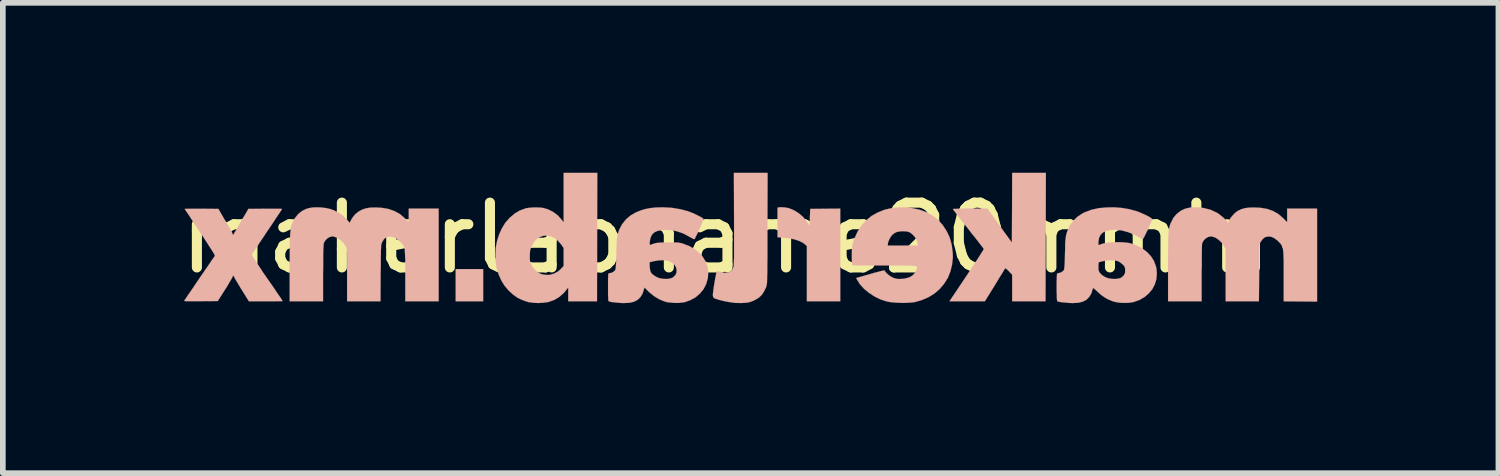
<source format=kicad_pcb>
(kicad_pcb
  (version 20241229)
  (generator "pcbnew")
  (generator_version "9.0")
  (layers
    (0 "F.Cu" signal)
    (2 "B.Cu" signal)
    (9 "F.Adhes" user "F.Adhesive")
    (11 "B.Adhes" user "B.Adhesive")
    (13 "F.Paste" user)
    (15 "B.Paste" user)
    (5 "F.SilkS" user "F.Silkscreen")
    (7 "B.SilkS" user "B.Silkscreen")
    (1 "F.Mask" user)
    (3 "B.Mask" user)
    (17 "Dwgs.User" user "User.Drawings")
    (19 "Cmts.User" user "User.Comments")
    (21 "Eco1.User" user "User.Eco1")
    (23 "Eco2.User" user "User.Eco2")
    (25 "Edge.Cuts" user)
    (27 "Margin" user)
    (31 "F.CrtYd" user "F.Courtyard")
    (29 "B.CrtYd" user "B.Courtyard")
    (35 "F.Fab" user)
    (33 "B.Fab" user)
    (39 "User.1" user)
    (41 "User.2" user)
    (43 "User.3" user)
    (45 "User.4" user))
  (footprint "makerlabname20mmInv"
    (layer "F.Cu")
    (at 10.194 1.149)
    (property "Reference" "makerlabname20mmInv" (at 0 0 0) (layer "F.SilkS") (effects (font (size 1.143 1.143) (thickness 0.178))))
    (attr through_hole)
    (fp_poly (pts (xy -5.204 1.118) (xy -4.961 1.118) (xy -4.719 1.118) (xy -4.719 0.833) (xy -4.719 0.549) (xy -4.961 0.549) (xy -5.204 0.549) (xy -5.204 0.833) (xy -5.204 1.118)) (stroke (width 0.003) (type solid)) (fill yes) (layer "B.SilkS"))
    (fp_poly (pts (xy 0.475 -0.013) (xy 0.572 -0.005) (xy 0.678 0.005) (xy 0.775 0.025) (xy 0.859 0.053) (xy 0.925 0.086) (xy 0.965 0.117) (xy 0.993 0.145) (xy 0.993 0.63) (xy 0.993 1.118) (xy 1.288 1.118) (xy 1.582 1.118) (xy 1.582 0.3) (xy 1.582 -0.518) (xy 1.316 -0.516) (xy 1.052 -0.513) (xy 1.046 -0.363) (xy 1.044 -0.213) (xy 0.998 -0.279) (xy 0.932 -0.366) (xy 0.853 -0.434) (xy 0.767 -0.488) (xy 0.676 -0.526) (xy 0.615 -0.538) (xy 0.572 -0.541) (xy 0.533 -0.544) (xy 0.508 -0.541) (xy 0.475 -0.536) (xy 0.475 -0.274) (xy 0.475 -0.013)) (stroke (width 0.003) (type solid)) (fill yes) (layer "B.SilkS"))
    (fp_poly (pts (xy 3.508 1.118) (xy 3.82 1.118) (xy 4.133 1.118) (xy 4.308 0.836) (xy 4.351 0.765) (xy 4.389 0.701) (xy 4.425 0.645) (xy 4.453 0.599) (xy 4.473 0.564) (xy 4.486 0.544) (xy 4.488 0.541) (xy 4.498 0.536) (xy 4.514 0.546) (xy 4.542 0.572) (xy 4.557 0.587) (xy 4.615 0.648) (xy 4.615 0.881) (xy 4.615 1.118) (xy 4.91 1.118) (xy 5.204 1.118) (xy 5.207 -0.015) (xy 5.21 -1.148) (xy 4.912 -1.148) (xy 4.615 -1.148) (xy 4.613 -0.533) (xy 4.61 0.081) (xy 4.394 -0.218) (xy 4.178 -0.518) (xy 3.873 -0.518) (xy 3.797 -0.518) (xy 3.729 -0.516) (xy 3.668 -0.516) (xy 3.619 -0.513) (xy 3.586 -0.513) (xy 3.571 -0.511) (xy 3.569 -0.511) (xy 3.576 -0.5) (xy 3.594 -0.475) (xy 3.622 -0.439) (xy 3.658 -0.391) (xy 3.703 -0.335) (xy 3.754 -0.269) (xy 3.81 -0.198) (xy 3.84 -0.16) (xy 3.896 -0.086) (xy 3.952 -0.018) (xy 4 0.043) (xy 4.041 0.097) (xy 4.074 0.14) (xy 4.1 0.173) (xy 4.112 0.191) (xy 4.115 0.193) (xy 4.11 0.203) (xy 4.094 0.231) (xy 4.069 0.269) (xy 4.036 0.323) (xy 3.995 0.386) (xy 3.95 0.457) (xy 3.896 0.536) (xy 3.84 0.622) (xy 3.815 0.66) (xy 3.508 1.118)) (stroke (width 0.003) (type solid)) (fill yes) (layer "B.SilkS"))
    (fp_poly (pts (xy -0.665 1.021) (xy -0.66 1.041) (xy -0.648 1.057) (xy -0.63 1.069) (xy -0.602 1.077) (xy -0.564 1.09) (xy -0.556 1.092) (xy -0.465 1.115) (xy -0.366 1.133) (xy -0.264 1.146) (xy -0.168 1.148) (xy -0.084 1.143) (xy -0.043 1.138) (xy 0.01 1.123) (xy 0.071 1.097) (xy 0.124 1.067) (xy 0.15 1.049) (xy 0.198 1.003) (xy 0.239 0.94) (xy 0.272 0.871) (xy 0.277 0.861) (xy 0.279 0.851) (xy 0.282 0.838) (xy 0.284 0.826) (xy 0.287 0.808) (xy 0.29 0.782) (xy 0.29 0.754) (xy 0.292 0.716) (xy 0.292 0.668) (xy 0.295 0.612) (xy 0.295 0.541) (xy 0.295 0.46) (xy 0.297 0.363) (xy 0.297 0.249) (xy 0.297 0.122) (xy 0.297 -0.028) (xy 0.297 -0.168) (xy 0.3 -1.148) (xy 0.003 -1.148) (xy -0.295 -1.148) (xy -0.292 -0.34) (xy -0.292 -0.163) (xy -0.292 -0.008) (xy -0.292 0.13) (xy -0.292 0.244) (xy -0.292 0.338) (xy -0.295 0.411) (xy -0.297 0.465) (xy -0.3 0.498) (xy -0.3 0.508) (xy -0.323 0.559) (xy -0.358 0.594) (xy -0.404 0.612) (xy -0.462 0.615) (xy -0.511 0.605) (xy -0.546 0.594) (xy -0.574 0.589) (xy -0.589 0.587) (xy -0.594 0.589) (xy -0.602 0.602) (xy -0.607 0.627) (xy -0.615 0.665) (xy -0.625 0.719) (xy -0.638 0.792) (xy -0.64 0.81) (xy -0.653 0.886) (xy -0.66 0.945) (xy -0.665 0.988) (xy -0.665 1.021)) (stroke (width 0.003) (type solid)) (fill yes) (layer "B.SilkS"))
    (fp_poly (pts (xy -4.503 0.312) (xy -4.498 0.406) (xy -4.481 0.528) (xy -4.445 0.645) (xy -4.399 0.749) (xy -4.346 0.836) (xy -4.277 0.919) (xy -4.201 0.991) (xy -4.117 1.052) (xy -4.077 1.072) (xy -4.026 1.095) (xy -3.973 1.115) (xy -3.924 1.13) (xy -3.914 1.133) (xy -3.896 1.135) (xy -3.896 0.315) (xy -3.894 0.267) (xy -3.891 0.229) (xy -3.886 0.201) (xy -3.876 0.173) (xy -3.863 0.145) (xy -3.833 0.086) (xy -3.8 0.043) (xy -3.764 0.01) (xy -3.726 -0.013) (xy -3.66 -0.038) (xy -3.592 -0.043) (xy -3.526 -0.03) (xy -3.459 0) (xy -3.399 0.048) (xy -3.345 0.112) (xy -3.34 0.117) (xy -3.299 0.178) (xy -3.299 0.335) (xy -3.299 0.493) (xy -3.343 0.541) (xy -3.399 0.592) (xy -3.465 0.627) (xy -3.533 0.648) (xy -3.574 0.653) (xy -3.619 0.65) (xy -3.668 0.643) (xy -3.691 0.638) (xy -3.749 0.61) (xy -3.802 0.566) (xy -3.848 0.511) (xy -3.866 0.478) (xy -3.881 0.447) (xy -3.889 0.422) (xy -3.894 0.391) (xy -3.896 0.351) (xy -3.896 0.315) (xy -3.896 1.135) (xy -3.835 1.143) (xy -3.749 1.148) (xy -3.663 1.143) (xy -3.584 1.133) (xy -3.561 1.128) (xy -3.462 1.092) (xy -3.373 1.039) (xy -3.294 0.968) (xy -3.246 0.909) (xy -3.218 0.874) (xy -3.218 0.996) (xy -3.218 1.118) (xy -2.964 1.118) (xy -2.71 1.118) (xy -2.708 -0.015) (xy -2.705 -1.148) (xy -3.002 -1.148) (xy -3.299 -1.148) (xy -3.299 -0.711) (xy -3.299 -0.277) (xy -3.343 -0.333) (xy -3.404 -0.401) (xy -3.48 -0.457) (xy -3.569 -0.503) (xy -3.65 -0.528) (xy -3.703 -0.536) (xy -3.767 -0.538) (xy -3.835 -0.538) (xy -3.901 -0.533) (xy -3.957 -0.526) (xy -3.967 -0.523) (xy -4.072 -0.485) (xy -4.166 -0.429) (xy -4.249 -0.358) (xy -4.326 -0.272) (xy -4.387 -0.173) (xy -4.437 -0.064) (xy -4.475 0.056) (xy -4.498 0.18) (xy -4.503 0.312)) (stroke (width 0.003) (type solid)) (fill yes) (layer "B.SilkS"))
    (fp_poly (pts (xy 7.366 1.118) (xy 7.661 1.118) (xy 7.958 1.118) (xy 7.958 0.622) (xy 7.958 0.49) (xy 7.958 0.376) (xy 7.958 0.284) (xy 7.96 0.208) (xy 7.963 0.152) (xy 7.965 0.114) (xy 7.968 0.094) (xy 7.968 0.091) (xy 7.993 0.046) (xy 8.029 0.008) (xy 8.075 -0.018) (xy 8.12 -0.028) (xy 8.146 -0.025) (xy 8.204 -0.005) (xy 8.26 0.033) (xy 8.311 0.081) (xy 8.352 0.137) (xy 8.357 0.147) (xy 8.382 0.196) (xy 8.382 0.655) (xy 8.382 1.118) (xy 8.674 1.118) (xy 8.969 1.118) (xy 8.974 0.617) (xy 8.976 0.119) (xy 8.999 0.069) (xy 9.035 0.02) (xy 9.075 -0.013) (xy 9.126 -0.025) (xy 9.18 -0.023) (xy 9.235 0) (xy 9.291 0.041) (xy 9.304 0.053) (xy 9.327 0.076) (xy 9.347 0.097) (xy 9.362 0.114) (xy 9.375 0.135) (xy 9.385 0.16) (xy 9.393 0.188) (xy 9.398 0.226) (xy 9.401 0.272) (xy 9.403 0.328) (xy 9.406 0.399) (xy 9.406 0.485) (xy 9.406 0.589) (xy 9.406 0.66) (xy 9.406 1.118) (xy 9.7 1.12) (xy 9.995 1.123) (xy 9.995 0.302) (xy 9.995 -0.518) (xy 9.731 -0.518) (xy 9.467 -0.518) (xy 9.467 -0.399) (xy 9.467 -0.279) (xy 9.395 -0.351) (xy 9.314 -0.422) (xy 9.22 -0.475) (xy 9.114 -0.513) (xy 8.994 -0.533) (xy 8.882 -0.538) (xy 8.796 -0.536) (xy 8.722 -0.526) (xy 8.659 -0.508) (xy 8.6 -0.48) (xy 8.57 -0.46) (xy 8.539 -0.434) (xy 8.509 -0.401) (xy 8.479 -0.366) (xy 8.453 -0.33) (xy 8.438 -0.3) (xy 8.433 -0.284) (xy 8.428 -0.272) (xy 8.423 -0.269) (xy 8.412 -0.277) (xy 8.412 -0.279) (xy 8.405 -0.295) (xy 8.385 -0.318) (xy 8.354 -0.348) (xy 8.319 -0.378) (xy 8.28 -0.409) (xy 8.247 -0.434) (xy 8.225 -0.447) (xy 8.115 -0.498) (xy 7.998 -0.528) (xy 7.877 -0.541) (xy 7.762 -0.538) (xy 7.671 -0.518) (xy 7.59 -0.48) (xy 7.518 -0.424) (xy 7.46 -0.356) (xy 7.435 -0.307) (xy 7.422 -0.279) (xy 7.409 -0.254) (xy 7.399 -0.226) (xy 7.391 -0.198) (xy 7.384 -0.165) (xy 7.379 -0.124) (xy 7.376 -0.079) (xy 7.371 -0.025) (xy 7.371 0.041) (xy 7.369 0.122) (xy 7.369 0.213) (xy 7.366 0.325) (xy 7.366 0.452) (xy 7.366 0.523) (xy 7.366 1.118)) (stroke (width 0.003) (type solid)) (fill yes) (layer "B.SilkS"))
    (fp_poly (pts (xy -9.995 1.11) (xy -9.985 1.113) (xy -9.957 1.115) (xy -9.914 1.115) (xy -9.858 1.115) (xy -9.789 1.115) (xy -9.716 1.115) (xy -9.698 1.115) (xy -9.401 1.113) (xy -9.284 0.927) (xy -9.246 0.869) (xy -9.213 0.813) (xy -9.185 0.765) (xy -9.162 0.726) (xy -9.149 0.704) (xy -9.147 0.699) (xy -9.129 0.658) (xy -9.103 0.706) (xy -9.091 0.729) (xy -9.068 0.767) (xy -9.04 0.813) (xy -9.007 0.869) (xy -8.971 0.927) (xy -8.966 0.935) (xy -8.852 1.118) (xy -8.555 1.118) (xy -8.479 1.118) (xy -8.41 1.118) (xy -8.349 1.115) (xy -8.303 1.115) (xy -8.27 1.115) (xy -8.258 1.113) (xy -8.263 1.105) (xy -8.278 1.079) (xy -8.303 1.041) (xy -8.339 0.991) (xy -8.379 0.93) (xy -8.425 0.861) (xy -8.479 0.785) (xy -8.532 0.709) (xy -8.603 0.607) (xy -8.661 0.518) (xy -8.712 0.442) (xy -8.75 0.381) (xy -8.778 0.335) (xy -8.796 0.307) (xy -8.801 0.292) (xy -8.793 0.282) (xy -8.776 0.254) (xy -8.75 0.213) (xy -8.715 0.163) (xy -8.674 0.099) (xy -8.626 0.028) (xy -8.575 -0.048) (xy -8.532 -0.114) (xy -8.476 -0.196) (xy -8.425 -0.272) (xy -8.382 -0.338) (xy -8.341 -0.399) (xy -8.308 -0.447) (xy -8.285 -0.483) (xy -8.27 -0.505) (xy -8.268 -0.513) (xy -8.278 -0.513) (xy -8.306 -0.516) (xy -8.349 -0.516) (xy -8.405 -0.516) (xy -8.471 -0.516) (xy -8.547 -0.516) (xy -8.565 -0.516) (xy -8.862 -0.513) (xy -8.91 -0.429) (xy -8.933 -0.391) (xy -8.964 -0.34) (xy -8.997 -0.282) (xy -9.032 -0.221) (xy -9.045 -0.198) (xy -9.131 -0.051) (xy -9.147 -0.089) (xy -9.159 -0.112) (xy -9.177 -0.145) (xy -9.202 -0.193) (xy -9.235 -0.246) (xy -9.268 -0.305) (xy -9.279 -0.32) (xy -9.39 -0.513) (xy -9.688 -0.516) (xy -9.764 -0.516) (xy -9.832 -0.516) (xy -9.891 -0.516) (xy -9.939 -0.516) (xy -9.97 -0.513) (xy -9.985 -0.513) (xy -9.98 -0.503) (xy -9.962 -0.478) (xy -9.936 -0.439) (xy -9.903 -0.389) (xy -9.863 -0.328) (xy -9.817 -0.257) (xy -9.766 -0.18) (xy -9.716 -0.104) (xy -9.655 -0.013) (xy -9.601 0.069) (xy -9.555 0.142) (xy -9.515 0.203) (xy -9.484 0.251) (xy -9.464 0.287) (xy -9.454 0.307) (xy -9.454 0.312) (xy -9.459 0.325) (xy -9.477 0.351) (xy -9.505 0.389) (xy -9.54 0.442) (xy -9.581 0.503) (xy -9.629 0.572) (xy -9.682 0.648) (xy -9.728 0.716) (xy -9.782 0.795) (xy -9.832 0.871) (xy -9.878 0.937) (xy -9.919 0.996) (xy -9.952 1.046) (xy -9.977 1.082) (xy -9.99 1.105) (xy -9.995 1.11)) (stroke (width 0.003) (type solid)) (fill yes) (layer "B.SilkS"))
    (fp_poly (pts (xy 1.786 0.315) (xy 1.786 0.371) (xy 1.788 0.417) (xy 1.791 0.452) (xy 1.793 0.472) (xy 1.793 0.475) (xy 1.801 0.478) (xy 1.819 0.48) (xy 1.852 0.48) (xy 1.895 0.483) (xy 1.956 0.485) (xy 2.032 0.485) (xy 2.123 0.485) (xy 2.235 0.485) (xy 2.367 0.485) (xy 2.37 0.485) (xy 2.421 0.485) (xy 2.421 0.135) (xy 2.421 0.107) (xy 2.428 0.071) (xy 2.446 0.028) (xy 2.469 -0.015) (xy 2.492 -0.046) (xy 2.535 -0.084) (xy 2.583 -0.107) (xy 2.642 -0.117) (xy 2.685 -0.119) (xy 2.733 -0.117) (xy 2.771 -0.112) (xy 2.799 -0.102) (xy 2.812 -0.097) (xy 2.855 -0.064) (xy 2.896 -0.02) (xy 2.926 0.028) (xy 2.946 0.079) (xy 2.949 0.107) (xy 2.949 0.135) (xy 2.685 0.135) (xy 2.421 0.135) (xy 2.421 0.485) (xy 2.494 0.485) (xy 2.601 0.485) (xy 2.687 0.485) (xy 2.761 0.488) (xy 2.817 0.488) (xy 2.86 0.49) (xy 2.893 0.493) (xy 2.916 0.498) (xy 2.931 0.503) (xy 2.939 0.508) (xy 2.939 0.518) (xy 2.936 0.528) (xy 2.934 0.541) (xy 2.929 0.556) (xy 2.926 0.559) (xy 2.898 0.617) (xy 2.855 0.663) (xy 2.797 0.696) (xy 2.723 0.716) (xy 2.67 0.721) (xy 2.619 0.724) (xy 2.581 0.721) (xy 2.545 0.711) (xy 2.52 0.704) (xy 2.479 0.683) (xy 2.438 0.655) (xy 2.403 0.625) (xy 2.377 0.597) (xy 2.367 0.579) (xy 2.362 0.574) (xy 2.352 0.574) (xy 2.332 0.577) (xy 2.299 0.584) (xy 2.253 0.597) (xy 2.192 0.612) (xy 2.113 0.635) (xy 1.864 0.706) (xy 1.877 0.734) (xy 1.93 0.818) (xy 2.002 0.897) (xy 2.088 0.968) (xy 2.184 1.031) (xy 2.286 1.082) (xy 2.395 1.118) (xy 2.454 1.13) (xy 2.525 1.138) (xy 2.606 1.143) (xy 2.692 1.146) (xy 2.771 1.143) (xy 2.845 1.138) (xy 2.891 1.133) (xy 3.018 1.097) (xy 3.137 1.046) (xy 3.244 0.98) (xy 3.335 0.902) (xy 3.414 0.808) (xy 3.48 0.704) (xy 3.526 0.589) (xy 3.556 0.465) (xy 3.569 0.335) (xy 3.566 0.259) (xy 3.548 0.119) (xy 3.513 -0.008) (xy 3.459 -0.122) (xy 3.391 -0.226) (xy 3.31 -0.318) (xy 3.213 -0.394) (xy 3.101 -0.455) (xy 2.979 -0.5) (xy 2.845 -0.528) (xy 2.776 -0.538) (xy 2.629 -0.541) (xy 2.492 -0.528) (xy 2.362 -0.498) (xy 2.243 -0.45) (xy 2.134 -0.389) (xy 2.037 -0.31) (xy 1.956 -0.218) (xy 1.887 -0.112) (xy 1.834 0.005) (xy 1.808 0.084) (xy 1.798 0.124) (xy 1.791 0.165) (xy 1.788 0.208) (xy 1.786 0.264) (xy 1.786 0.315)) (stroke (width 0.003) (type solid)) (fill yes) (layer "B.SilkS"))
    (fp_poly (pts (xy -8.133 1.118) (xy -7.838 1.118) (xy -7.544 1.118) (xy -7.544 0.622) (xy -7.541 0.49) (xy -7.541 0.376) (xy -7.541 0.284) (xy -7.539 0.208) (xy -7.536 0.152) (xy -7.534 0.114) (xy -7.531 0.094) (xy -7.531 0.091) (xy -7.506 0.046) (xy -7.47 0.008) (xy -7.424 -0.018) (xy -7.379 -0.028) (xy -7.353 -0.025) (xy -7.3 -0.005) (xy -7.244 0.03) (xy -7.193 0.076) (xy -7.15 0.132) (xy -7.14 0.15) (xy -7.135 0.16) (xy -7.13 0.17) (xy -7.127 0.185) (xy -7.125 0.203) (xy -7.122 0.229) (xy -7.12 0.262) (xy -7.12 0.305) (xy -7.12 0.361) (xy -7.12 0.432) (xy -7.12 0.521) (xy -7.12 0.625) (xy -7.12 0.653) (xy -7.12 1.118) (xy -6.825 1.118) (xy -6.53 1.118) (xy -6.528 0.617) (xy -6.525 0.503) (xy -6.525 0.409) (xy -6.525 0.33) (xy -6.523 0.264) (xy -6.523 0.216) (xy -6.52 0.175) (xy -6.52 0.145) (xy -6.518 0.124) (xy -6.513 0.107) (xy -6.51 0.094) (xy -6.505 0.081) (xy -6.5 0.071) (xy -6.5 0.069) (xy -6.467 0.018) (xy -6.426 -0.013) (xy -6.378 -0.025) (xy -6.32 -0.02) (xy -6.304 -0.015) (xy -6.264 0) (xy -6.228 0.023) (xy -6.193 0.056) (xy -6.17 0.079) (xy -6.152 0.097) (xy -6.137 0.114) (xy -6.124 0.135) (xy -6.114 0.157) (xy -6.106 0.185) (xy -6.101 0.221) (xy -6.099 0.264) (xy -6.096 0.32) (xy -6.093 0.389) (xy -6.093 0.472) (xy -6.093 0.572) (xy -6.093 0.655) (xy -6.093 1.118) (xy -5.799 1.118) (xy -5.504 1.118) (xy -5.504 0.3) (xy -5.504 -0.518) (xy -5.768 -0.518) (xy -6.032 -0.518) (xy -6.032 -0.399) (xy -6.032 -0.279) (xy -6.104 -0.351) (xy -6.187 -0.422) (xy -6.284 -0.475) (xy -6.393 -0.513) (xy -6.513 -0.533) (xy -6.612 -0.538) (xy -6.708 -0.536) (xy -6.787 -0.523) (xy -6.855 -0.5) (xy -6.916 -0.467) (xy -6.972 -0.422) (xy -6.98 -0.414) (xy -7.01 -0.378) (xy -7.036 -0.34) (xy -7.048 -0.32) (xy -7.061 -0.292) (xy -7.074 -0.274) (xy -7.076 -0.269) (xy -7.084 -0.277) (xy -7.099 -0.297) (xy -7.107 -0.307) (xy -7.15 -0.356) (xy -7.209 -0.406) (xy -7.28 -0.45) (xy -7.353 -0.488) (xy -7.422 -0.513) (xy -7.493 -0.528) (xy -7.572 -0.538) (xy -7.656 -0.541) (xy -7.732 -0.538) (xy -7.737 -0.538) (xy -7.828 -0.518) (xy -7.91 -0.48) (xy -7.981 -0.424) (xy -8.039 -0.353) (xy -8.065 -0.307) (xy -8.077 -0.279) (xy -8.09 -0.254) (xy -8.1 -0.226) (xy -8.108 -0.198) (xy -8.113 -0.165) (xy -8.118 -0.124) (xy -8.123 -0.079) (xy -8.125 -0.023) (xy -8.128 0.043) (xy -8.131 0.124) (xy -8.131 0.218) (xy -8.131 0.33) (xy -8.133 0.46) (xy -8.133 0.526) (xy -8.133 1.118)) (stroke (width 0.003) (type solid)) (fill yes) (layer "B.SilkS"))
    (fp_poly (pts (xy -2.515 0.869) (xy -2.515 0.947) (xy -2.515 1.006) (xy -2.512 1.052) (xy -2.512 1.082) (xy -2.51 1.102) (xy -2.504 1.113) (xy -2.499 1.12) (xy -2.497 1.12) (xy -2.464 1.128) (xy -2.416 1.135) (xy -2.36 1.14) (xy -2.301 1.146) (xy -2.248 1.148) (xy -2.228 1.148) (xy -2.134 1.143) (xy -2.057 1.125) (xy -1.994 1.092) (xy -1.946 1.046) (xy -1.908 0.986) (xy -1.885 0.914) (xy -1.872 0.874) (xy -1.793 0.953) (xy -1.781 0.963) (xy -1.781 0.498) (xy -1.781 0.427) (xy -1.704 0.409) (xy -1.628 0.396) (xy -1.554 0.391) (xy -1.488 0.396) (xy -1.438 0.409) (xy -1.384 0.437) (xy -1.344 0.472) (xy -1.316 0.516) (xy -1.306 0.564) (xy -1.308 0.61) (xy -1.326 0.653) (xy -1.361 0.688) (xy -1.384 0.704) (xy -1.427 0.716) (xy -1.481 0.724) (xy -1.542 0.721) (xy -1.6 0.711) (xy -1.61 0.709) (xy -1.661 0.688) (xy -1.709 0.658) (xy -1.748 0.625) (xy -1.763 0.599) (xy -1.773 0.569) (xy -1.778 0.523) (xy -1.781 0.498) (xy -1.781 0.963) (xy -1.707 1.024) (xy -1.618 1.079) (xy -1.524 1.118) (xy -1.473 1.133) (xy -1.407 1.14) (xy -1.336 1.146) (xy -1.265 1.146) (xy -1.201 1.138) (xy -1.163 1.133) (xy -1.062 1.097) (xy -0.97 1.046) (xy -0.894 0.98) (xy -0.831 0.904) (xy -0.785 0.815) (xy -0.757 0.719) (xy -0.754 0.706) (xy -0.747 0.605) (xy -0.759 0.511) (xy -0.792 0.419) (xy -0.841 0.338) (xy -0.907 0.262) (xy -0.988 0.196) (xy -1.085 0.142) (xy -1.189 0.102) (xy -1.222 0.091) (xy -1.25 0.086) (xy -1.28 0.081) (xy -1.318 0.079) (xy -1.369 0.079) (xy -1.435 0.079) (xy -1.448 0.079) (xy -1.524 0.079) (xy -1.582 0.081) (xy -1.631 0.084) (xy -1.674 0.091) (xy -1.712 0.102) (xy -1.755 0.117) (xy -1.765 0.122) (xy -1.775 0.122) (xy -1.778 0.114) (xy -1.781 0.097) (xy -1.778 0.058) (xy -1.765 -0.008) (xy -1.74 -0.058) (xy -1.699 -0.099) (xy -1.643 -0.124) (xy -1.572 -0.14) (xy -1.529 -0.142) (xy -1.415 -0.14) (xy -1.303 -0.119) (xy -1.191 -0.081) (xy -1.077 -0.02) (xy -1.069 -0.015) (xy -1.031 0.005) (xy -1.008 0.018) (xy -0.993 0.02) (xy -0.986 0.015) (xy -0.983 0.013) (xy -0.968 -0.023) (xy -0.945 -0.066) (xy -0.922 -0.114) (xy -0.899 -0.168) (xy -0.876 -0.218) (xy -0.859 -0.264) (xy -0.843 -0.302) (xy -0.833 -0.328) (xy -0.831 -0.338) (xy -0.843 -0.348) (xy -0.871 -0.366) (xy -0.909 -0.386) (xy -0.955 -0.409) (xy -1.003 -0.432) (xy -1.052 -0.452) (xy -1.095 -0.467) (xy -1.097 -0.47) (xy -1.242 -0.508) (xy -1.394 -0.533) (xy -1.549 -0.541) (xy -1.674 -0.538) (xy -1.765 -0.528) (xy -1.847 -0.513) (xy -1.918 -0.493) (xy -1.991 -0.465) (xy -2.027 -0.45) (xy -2.123 -0.394) (xy -2.202 -0.325) (xy -2.268 -0.241) (xy -2.319 -0.145) (xy -2.344 -0.069) (xy -2.349 -0.041) (xy -2.355 -0.008) (xy -2.36 0.038) (xy -2.362 0.094) (xy -2.365 0.168) (xy -2.367 0.257) (xy -2.367 0.269) (xy -2.37 0.361) (xy -2.372 0.434) (xy -2.377 0.49) (xy -2.38 0.528) (xy -2.385 0.556) (xy -2.388 0.566) (xy -2.41 0.589) (xy -2.443 0.61) (xy -2.479 0.62) (xy -2.494 0.62) (xy -2.499 0.622) (xy -2.504 0.625) (xy -2.51 0.635) (xy -2.512 0.65) (xy -2.512 0.678) (xy -2.515 0.716) (xy -2.515 0.772) (xy -2.515 0.846) (xy -2.515 0.869)) (stroke (width 0.003) (type solid)) (fill yes) (layer "B.SilkS"))
    (fp_poly (pts (xy 5.4 0.869) (xy 5.4 0.947) (xy 5.403 1.006) (xy 5.403 1.052) (xy 5.405 1.082) (xy 5.408 1.102) (xy 5.41 1.113) (xy 5.415 1.12) (xy 5.42 1.12) (xy 5.453 1.128) (xy 5.499 1.135) (xy 5.558 1.14) (xy 5.616 1.146) (xy 5.669 1.148) (xy 5.69 1.148) (xy 5.784 1.143) (xy 5.862 1.123) (xy 5.926 1.09) (xy 5.974 1.041) (xy 6.012 0.98) (xy 6.035 0.902) (xy 6.038 0.899) (xy 6.04 0.889) (xy 6.045 0.884) (xy 6.055 0.889) (xy 6.073 0.904) (xy 6.101 0.93) (xy 6.124 0.95) (xy 6.137 0.963) (xy 6.137 0.516) (xy 6.137 0.498) (xy 6.142 0.429) (xy 6.208 0.411) (xy 6.274 0.399) (xy 6.342 0.391) (xy 6.411 0.394) (xy 6.467 0.404) (xy 6.507 0.422) (xy 6.551 0.455) (xy 6.558 0.46) (xy 6.584 0.485) (xy 6.599 0.508) (xy 6.607 0.533) (xy 6.609 0.559) (xy 6.607 0.615) (xy 6.586 0.66) (xy 6.548 0.693) (xy 6.533 0.704) (xy 6.49 0.716) (xy 6.434 0.724) (xy 6.373 0.721) (xy 6.314 0.711) (xy 6.304 0.709) (xy 6.253 0.688) (xy 6.205 0.658) (xy 6.167 0.622) (xy 6.152 0.599) (xy 6.139 0.566) (xy 6.137 0.516) (xy 6.137 0.963) (xy 6.205 1.021) (xy 6.294 1.077) (xy 6.391 1.118) (xy 6.452 1.133) (xy 6.523 1.143) (xy 6.601 1.146) (xy 6.678 1.143) (xy 6.746 1.133) (xy 6.764 1.128) (xy 6.866 1.092) (xy 6.955 1.039) (xy 7.028 0.975) (xy 7.089 0.902) (xy 7.132 0.818) (xy 7.16 0.726) (xy 7.168 0.63) (xy 7.16 0.528) (xy 7.15 0.495) (xy 7.117 0.406) (xy 7.066 0.325) (xy 6.998 0.251) (xy 6.916 0.188) (xy 6.822 0.137) (xy 6.718 0.099) (xy 6.665 0.086) (xy 6.601 0.079) (xy 6.528 0.074) (xy 6.449 0.074) (xy 6.37 0.076) (xy 6.299 0.084) (xy 6.238 0.094) (xy 6.21 0.102) (xy 6.177 0.112) (xy 6.152 0.122) (xy 6.139 0.124) (xy 6.137 0.114) (xy 6.137 0.091) (xy 6.137 0.064) (xy 6.149 -0.003) (xy 6.175 -0.056) (xy 6.213 -0.094) (xy 6.266 -0.122) (xy 6.335 -0.14) (xy 6.421 -0.145) (xy 6.426 -0.145) (xy 6.54 -0.135) (xy 6.657 -0.104) (xy 6.777 -0.056) (xy 6.85 -0.015) (xy 6.881 0.003) (xy 6.906 0.015) (xy 6.919 0.02) (xy 6.927 0.013) (xy 6.942 -0.013) (xy 6.96 -0.048) (xy 6.982 -0.094) (xy 7.005 -0.142) (xy 7.028 -0.193) (xy 7.048 -0.241) (xy 7.066 -0.282) (xy 7.079 -0.315) (xy 7.084 -0.333) (xy 7.084 -0.335) (xy 7.071 -0.348) (xy 7.046 -0.366) (xy 7.008 -0.386) (xy 6.962 -0.409) (xy 6.911 -0.432) (xy 6.866 -0.452) (xy 6.822 -0.47) (xy 6.817 -0.47) (xy 6.683 -0.508) (xy 6.546 -0.531) (xy 6.408 -0.541) (xy 6.271 -0.538) (xy 6.139 -0.526) (xy 6.015 -0.498) (xy 5.905 -0.457) (xy 5.862 -0.437) (xy 5.771 -0.378) (xy 5.695 -0.305) (xy 5.634 -0.221) (xy 5.588 -0.119) (xy 5.578 -0.089) (xy 5.57 -0.064) (xy 5.565 -0.036) (xy 5.56 -0.01) (xy 5.558 0.023) (xy 5.552 0.064) (xy 5.55 0.117) (xy 5.55 0.183) (xy 5.547 0.267) (xy 5.547 0.269) (xy 5.545 0.361) (xy 5.542 0.434) (xy 5.54 0.49) (xy 5.535 0.528) (xy 5.532 0.556) (xy 5.527 0.566) (xy 5.507 0.589) (xy 5.471 0.61) (xy 5.436 0.62) (xy 5.423 0.62) (xy 5.415 0.622) (xy 5.41 0.625) (xy 5.408 0.635) (xy 5.405 0.65) (xy 5.403 0.678) (xy 5.403 0.716) (xy 5.4 0.772) (xy 5.4 0.846) (xy 5.4 0.869)) (stroke (width 0.003) (type solid)) (fill yes) (layer "B.SilkS")))
  (gr_rect
    (start -3 -3)
    (end 23.389 5.299)
    (stroke (width 0.1) (type default))
    (fill no)
    (layer "Edge.Cuts")))
</source>
